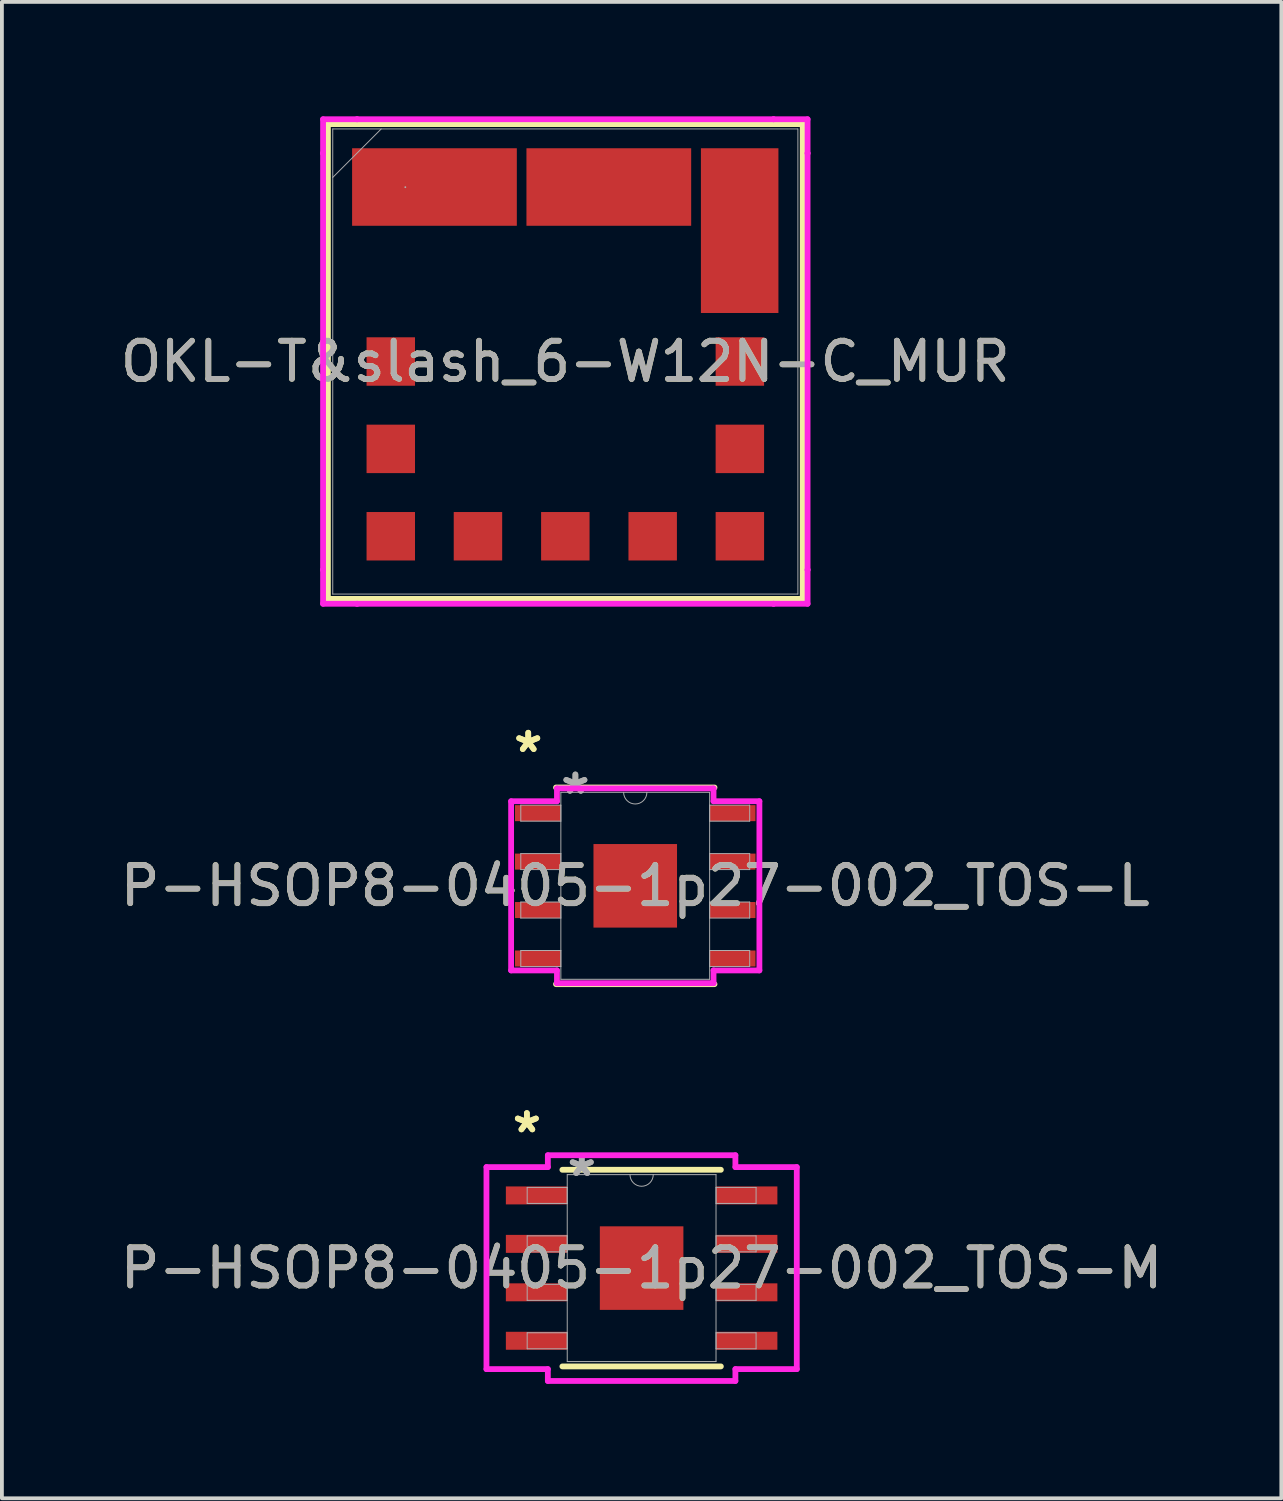
<source format=kicad_pcb>
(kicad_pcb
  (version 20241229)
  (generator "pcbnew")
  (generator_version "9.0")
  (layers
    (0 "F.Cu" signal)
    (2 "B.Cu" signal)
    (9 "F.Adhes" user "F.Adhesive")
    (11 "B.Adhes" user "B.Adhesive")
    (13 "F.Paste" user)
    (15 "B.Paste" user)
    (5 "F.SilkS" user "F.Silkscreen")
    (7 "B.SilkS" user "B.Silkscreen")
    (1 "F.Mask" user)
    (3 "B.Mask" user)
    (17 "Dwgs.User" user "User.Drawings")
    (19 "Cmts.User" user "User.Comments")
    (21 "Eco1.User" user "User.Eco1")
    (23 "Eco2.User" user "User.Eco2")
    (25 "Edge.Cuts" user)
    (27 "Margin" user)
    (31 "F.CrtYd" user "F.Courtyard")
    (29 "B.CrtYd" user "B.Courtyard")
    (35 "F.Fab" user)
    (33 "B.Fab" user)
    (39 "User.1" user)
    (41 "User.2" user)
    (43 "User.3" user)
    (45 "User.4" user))
  (footprint "P-HSOP8-0405-1p27-002_TOS-M"
    (layer "F.Cu")
    (at 13.768 30.189)
    (property "Reference" "P-HSOP8-0405-1p27-002_TOS-M" (at 0 0 0) (unlocked yes) (layer "F.SilkS") (effects (font (size 1 1) (thickness 0.15))))
    (attr smd)
    (fp_line (start -2.077 2.577) (end 2.077 2.577) (stroke (width 0.152) (type solid)) (layer "F.SilkS"))
    (fp_line (start 2.077 -2.577) (end -2.077 -2.577) (stroke (width 0.152) (type solid)) (layer "F.SilkS"))
    (fp_line (start -4.067 -2.648) (end -2.458 -2.648) (stroke (width 0.152) (type solid)) (layer "F.CrtYd"))
    (fp_line (start -4.067 2.648) (end -4.067 -2.648) (stroke (width 0.152) (type solid)) (layer "F.CrtYd"))
    (fp_line (start -4.067 2.648) (end -2.458 2.648) (stroke (width 0.152) (type solid)) (layer "F.CrtYd"))
    (fp_line (start -2.458 -2.958) (end 2.458 -2.958) (stroke (width 0.152) (type solid)) (layer "F.CrtYd"))
    (fp_line (start -2.458 -2.648) (end -2.458 -2.958) (stroke (width 0.152) (type solid)) (layer "F.CrtYd"))
    (fp_line (start -2.458 2.958) (end -2.458 2.648) (stroke (width 0.152) (type solid)) (layer "F.CrtYd"))
    (fp_line (start 2.458 -2.958) (end 2.458 -2.648) (stroke (width 0.152) (type solid)) (layer "F.CrtYd"))
    (fp_line (start 2.458 2.648) (end 2.458 2.958) (stroke (width 0.152) (type solid)) (layer "F.CrtYd"))
    (fp_line (start 2.458 2.958) (end -2.458 2.958) (stroke (width 0.152) (type solid)) (layer "F.CrtYd"))
    (fp_line (start 4.067 -2.648) (end 2.458 -2.648) (stroke (width 0.152) (type solid)) (layer "F.CrtYd"))
    (fp_line (start 4.067 -2.648) (end 4.067 2.648) (stroke (width 0.152) (type solid)) (layer "F.CrtYd"))
    (fp_line (start 4.067 2.648) (end 2.458 2.648) (stroke (width 0.152) (type solid)) (layer "F.CrtYd"))
    (fp_line (start -3 -2.115) (end -3 -1.695) (stroke (width 0.025) (type solid)) (layer "F.Fab"))
    (fp_line (start -3 -1.695) (end -1.95 -1.695) (stroke (width 0.025) (type solid)) (layer "F.Fab"))
    (fp_line (start -3 -0.845) (end -3 -0.425) (stroke (width 0.025) (type solid)) (layer "F.Fab"))
    (fp_line (start -3 -0.425) (end -1.95 -0.425) (stroke (width 0.025) (type solid)) (layer "F.Fab"))
    (fp_line (start -3 0.425) (end -3 0.845) (stroke (width 0.025) (type solid)) (layer "F.Fab"))
    (fp_line (start -3 0.845) (end -1.95 0.845) (stroke (width 0.025) (type solid)) (layer "F.Fab"))
    (fp_line (start -3 1.695) (end -3 2.115) (stroke (width 0.025) (type solid)) (layer "F.Fab"))
    (fp_line (start -3 2.115) (end -1.95 2.115) (stroke (width 0.025) (type solid)) (layer "F.Fab"))
    (fp_line (start -1.95 -2.45) (end -1.95 2.45) (stroke (width 0.025) (type solid)) (layer "F.Fab"))
    (fp_line (start -1.95 -2.115) (end -3 -2.115) (stroke (width 0.025) (type solid)) (layer "F.Fab"))
    (fp_line (start -1.95 -1.695) (end -1.95 -2.115) (stroke (width 0.025) (type solid)) (layer "F.Fab"))
    (fp_line (start -1.95 -0.845) (end -3 -0.845) (stroke (width 0.025) (type solid)) (layer "F.Fab"))
    (fp_line (start -1.95 -0.425) (end -1.95 -0.845) (stroke (width 0.025) (type solid)) (layer "F.Fab"))
    (fp_line (start -1.95 0.425) (end -3 0.425) (stroke (width 0.025) (type solid)) (layer "F.Fab"))
    (fp_line (start -1.95 0.845) (end -1.95 0.425) (stroke (width 0.025) (type solid)) (layer "F.Fab"))
    (fp_line (start -1.95 1.695) (end -3 1.695) (stroke (width 0.025) (type solid)) (layer "F.Fab"))
    (fp_line (start -1.95 2.115) (end -1.95 1.695) (stroke (width 0.025) (type solid)) (layer "F.Fab"))
    (fp_line (start -1.95 2.45) (end 1.95 2.45) (stroke (width 0.025) (type solid)) (layer "F.Fab"))
    (fp_line (start 1.95 -2.45) (end -1.95 -2.45) (stroke (width 0.025) (type solid)) (layer "F.Fab"))
    (fp_line (start 1.95 -2.115) (end 1.95 -1.695) (stroke (width 0.025) (type solid)) (layer "F.Fab"))
    (fp_line (start 1.95 -1.695) (end 3 -1.695) (stroke (width 0.025) (type solid)) (layer "F.Fab"))
    (fp_line (start 1.95 -0.845) (end 1.95 -0.425) (stroke (width 0.025) (type solid)) (layer "F.Fab"))
    (fp_line (start 1.95 -0.425) (end 3 -0.425) (stroke (width 0.025) (type solid)) (layer "F.Fab"))
    (fp_line (start 1.95 0.425) (end 1.95 0.845) (stroke (width 0.025) (type solid)) (layer "F.Fab"))
    (fp_line (start 1.95 0.845) (end 3 0.845) (stroke (width 0.025) (type solid)) (layer "F.Fab"))
    (fp_line (start 1.95 1.695) (end 1.95 2.115) (stroke (width 0.025) (type solid)) (layer "F.Fab"))
    (fp_line (start 1.95 2.115) (end 3 2.115) (stroke (width 0.025) (type solid)) (layer "F.Fab"))
    (fp_line (start 1.95 2.45) (end 1.95 -2.45) (stroke (width 0.025) (type solid)) (layer "F.Fab"))
    (fp_line (start 3 -2.115) (end 1.95 -2.115) (stroke (width 0.025) (type solid)) (layer "F.Fab"))
    (fp_line (start 3 -1.695) (end 3 -2.115) (stroke (width 0.025) (type solid)) (layer "F.Fab"))
    (fp_line (start 3 -0.845) (end 1.95 -0.845) (stroke (width 0.025) (type solid)) (layer "F.Fab"))
    (fp_line (start 3 -0.425) (end 3 -0.845) (stroke (width 0.025) (type solid)) (layer "F.Fab"))
    (fp_line (start 3 0.425) (end 1.95 0.425) (stroke (width 0.025) (type solid)) (layer "F.Fab"))
    (fp_line (start 3 0.845) (end 3 0.425) (stroke (width 0.025) (type solid)) (layer "F.Fab"))
    (fp_line (start 3 1.695) (end 1.95 1.695) (stroke (width 0.025) (type solid)) (layer "F.Fab"))
    (fp_line (start 3 2.115) (end 3 1.695) (stroke (width 0.025) (type solid)) (layer "F.Fab"))
    (fp_arc (start 0.3048 -2.45) (mid 0 -2.1452) (end -0.3048 -2.45) (stroke (width 0.0254) (type solid)) (layer "F.Fab"))
    (fp_text user "*" (at -3.008 -3.519 0) (unlocked yes) (layer "F.SilkS") (effects (font (size 1 1) (thickness 0.15))))
    (fp_text user "*" (at -3.008 -3.519 0) (layer "F.SilkS") (effects (font (size 1 1) (thickness 0.15))))
    (fp_text user "*" (at -1.569 -2.374 0) (unlocked yes) (layer "F.Fab") (effects (font (size 1 1) (thickness 0.15))))
    (fp_text user "${REFERENCE}" (at 0 0 0) (unlocked yes) (layer "F.Fab") (effects (font (size 1 1) (thickness 0.15))))
    (fp_text user "*" (at -1.569 -2.374 0) (layer "F.Fab") (effects (font (size 1 1) (thickness 0.15))))
    (pad "1" smd rect (at -2.754 -1.905) (size 1.609 0.471) (layers "F.Cu" "F.Mask" "F.Paste"))
    (pad "2" smd rect (at -2.754 -0.635) (size 1.609 0.471) (layers "F.Cu" "F.Mask" "F.Paste"))
    (pad "3" smd rect (at -2.754 0.635) (size 1.609 0.471) (layers "F.Cu" "F.Mask" "F.Paste"))
    (pad "4" smd rect (at -2.754 1.905) (size 1.609 0.471) (layers "F.Cu" "F.Mask" "F.Paste"))
    (pad "5" smd rect (at 2.754 1.905) (size 1.609 0.471) (layers "F.Cu" "F.Mask" "F.Paste"))
    (pad "6" smd rect (at 2.754 0.635) (size 1.609 0.471) (layers "F.Cu" "F.Mask" "F.Paste"))
    (pad "7" smd rect (at 2.754 -0.635) (size 1.609 0.471) (layers "F.Cu" "F.Mask" "F.Paste"))
    (pad "8" smd rect (at 2.754 -1.905) (size 1.609 0.471) (layers "F.Cu" "F.Mask" "F.Paste"))
    (pad "9" smd rect (at 0 0) (size 2.19 2.19) (layers "F.Cu" "F.Mask" "F.Paste")))
  (footprint "OKL-T&slash_6-W12N-C_MUR"
    (layer "F.Cu")
    (at 11.768 6.426)
    (property "Reference" "OKL-T&slash_6-W12N-C_MUR" (at 0 0 0) (unlocked yes) (layer "F.SilkS") (effects (font (size 1 1) (thickness 0.15))))
    (attr smd)
    (fp_line (start -6.223 -6.223) (end -6.223 6.223) (stroke (width 0.152) (type solid)) (layer "F.SilkS"))
    (fp_line (start -6.223 6.223) (end 6.223 6.223) (stroke (width 0.152) (type solid)) (layer "F.SilkS"))
    (fp_line (start 6.223 -6.223) (end -6.223 -6.223) (stroke (width 0.152) (type solid)) (layer "F.SilkS"))
    (fp_line (start 6.223 6.223) (end 6.223 -6.223) (stroke (width 0.152) (type solid)) (layer "F.SilkS"))
    (fp_line (start -6.35 -6.35) (end -5.459 -6.35) (stroke (width 0.152) (type solid)) (layer "F.CrtYd"))
    (fp_line (start -6.35 -5.459) (end -6.35 -6.35) (stroke (width 0.152) (type solid)) (layer "F.CrtYd"))
    (fp_line (start -6.35 -5.459) (end -6.35 -5.459) (stroke (width 0.152) (type solid)) (layer "F.CrtYd"))
    (fp_line (start -6.35 5.459) (end -6.35 -5.459) (stroke (width 0.152) (type solid)) (layer "F.CrtYd"))
    (fp_line (start -6.35 5.459) (end -6.35 5.459) (stroke (width 0.152) (type solid)) (layer "F.CrtYd"))
    (fp_line (start -6.35 6.35) (end -6.35 5.459) (stroke (width 0.152) (type solid)) (layer "F.CrtYd"))
    (fp_line (start -5.459 -6.35) (end -5.459 -6.35) (stroke (width 0.152) (type solid)) (layer "F.CrtYd"))
    (fp_line (start -5.459 -6.35) (end 5.459 -6.35) (stroke (width 0.152) (type solid)) (layer "F.CrtYd"))
    (fp_line (start -5.459 6.35) (end -6.35 6.35) (stroke (width 0.152) (type solid)) (layer "F.CrtYd"))
    (fp_line (start -5.459 6.35) (end -5.459 6.35) (stroke (width 0.152) (type solid)) (layer "F.CrtYd"))
    (fp_line (start 5.459 -6.35) (end 5.459 -6.35) (stroke (width 0.152) (type solid)) (layer "F.CrtYd"))
    (fp_line (start 5.459 -6.35) (end 6.35 -6.35) (stroke (width 0.152) (type solid)) (layer "F.CrtYd"))
    (fp_line (start 5.459 6.35) (end -5.459 6.35) (stroke (width 0.152) (type solid)) (layer "F.CrtYd"))
    (fp_line (start 5.459 6.35) (end 5.459 6.35) (stroke (width 0.152) (type solid)) (layer "F.CrtYd"))
    (fp_line (start 6.35 -6.35) (end 6.35 -5.459) (stroke (width 0.152) (type solid)) (layer "F.CrtYd"))
    (fp_line (start 6.35 -5.459) (end 6.35 -5.459) (stroke (width 0.152) (type solid)) (layer "F.CrtYd"))
    (fp_line (start 6.35 -5.459) (end 6.35 5.459) (stroke (width 0.152) (type solid)) (layer "F.CrtYd"))
    (fp_line (start 6.35 5.459) (end 6.35 5.459) (stroke (width 0.152) (type solid)) (layer "F.CrtYd"))
    (fp_line (start 6.35 5.459) (end 6.35 6.35) (stroke (width 0.152) (type solid)) (layer "F.CrtYd"))
    (fp_line (start 6.35 6.35) (end 5.459 6.35) (stroke (width 0.152) (type solid)) (layer "F.CrtYd"))
    (fp_line (start -6.096 -6.096) (end -6.096 6.096) (stroke (width 0.025) (type solid)) (layer "F.Fab"))
    (fp_line (start -6.096 -4.826) (end -4.826 -6.096) (stroke (width 0.025) (type solid)) (layer "F.Fab"))
    (fp_line (start -6.096 6.096) (end 6.096 6.096) (stroke (width 0.025) (type solid)) (layer "F.Fab"))
    (fp_line (start 6.096 -6.096) (end -6.096 -6.096) (stroke (width 0.025) (type solid)) (layer "F.Fab"))
    (fp_line (start 6.096 6.096) (end 6.096 -6.096) (stroke (width 0.025) (type solid)) (layer "F.Fab"))
    (fp_circle (center -4.194 -4.57) (end -4.194 -4.57) (stroke (width 0.025) (type solid)) (fill no) (layer "F.Fab"))
    (fp_text user "${REFERENCE}" (at 0 0 0) (unlocked yes) (layer "F.Fab") (effects (font (size 1 1) (thickness 0.15))))
    (pad "1" smd rect (at -4.575 0) (size 1.27 1.27) (layers "F.Cu" "F.Mask" "F.Paste"))
    (pad "2" smd rect (at -3.43 -4.574) (size 4.318 2.032) (layers "F.Cu" "F.Mask" "F.Paste"))
    (pad "3" smd rect (at 1.14 -4.574) (size 4.318 2.032) (layers "F.Cu" "F.Mask" "F.Paste"))
    (pad "4" smd rect (at 4.57 -3.431 90) (size 4.318 2.032) (layers "F.Cu" "F.Mask" "F.Paste"))
    (pad "5" smd rect (at 4.575 0) (size 1.27 1.27) (layers "F.Cu" "F.Mask" "F.Paste"))
    (pad "6" smd rect (at 4.575 4.58) (size 1.27 1.27) (layers "F.Cu" "F.Mask" "F.Paste"))
    (pad "7" smd rect (at 0 4.58 90) (size 1.27 1.27) (layers "F.Cu" "F.Mask" "F.Paste"))
    (pad "8" smd rect (at -2.29 4.58 90) (size 1.27 1.27) (layers "F.Cu" "F.Mask" "F.Paste"))
    (pad "9" smd rect (at -4.575 4.58) (size 1.27 1.27) (layers "F.Cu" "F.Mask" "F.Paste"))
    (pad "10" smd rect (at -4.575 2.29) (size 1.27 1.27) (layers "F.Cu" "F.Mask" "F.Paste"))
    (pad "11" smd rect (at 4.575 2.29) (size 1.27 1.27) (layers "F.Cu" "F.Mask" "F.Paste"))
    (pad "12" smd rect (at 2.29 4.58 90) (size 1.27 1.27) (layers "F.Cu" "F.Mask" "F.Paste")))
  (footprint "P-HSOP8-0405-1p27-002_TOS-L"
    (layer "F.Cu")
    (at 13.601 20.169)
    (property "Reference" "P-HSOP8-0405-1p27-002_TOS-L" (at 0 0 0) (unlocked yes) (layer "F.SilkS") (effects (font (size 1 1) (thickness 0.15))))
    (attr smd)
    (fp_line (start -2.077 2.577) (end 2.077 2.577) (stroke (width 0.152) (type solid)) (layer "F.SilkS"))
    (fp_line (start 2.077 -2.577) (end -2.077 -2.577) (stroke (width 0.152) (type solid)) (layer "F.SilkS"))
    (fp_line (start -3.254 -2.217) (end -2.052 -2.217) (stroke (width 0.152) (type solid)) (layer "F.CrtYd"))
    (fp_line (start -3.254 2.217) (end -3.254 -2.217) (stroke (width 0.152) (type solid)) (layer "F.CrtYd"))
    (fp_line (start -3.254 2.217) (end -2.052 2.217) (stroke (width 0.152) (type solid)) (layer "F.CrtYd"))
    (fp_line (start -2.052 -2.552) (end 2.052 -2.552) (stroke (width 0.152) (type solid)) (layer "F.CrtYd"))
    (fp_line (start -2.052 -2.217) (end -2.052 -2.552) (stroke (width 0.152) (type solid)) (layer "F.CrtYd"))
    (fp_line (start -2.052 2.552) (end -2.052 2.217) (stroke (width 0.152) (type solid)) (layer "F.CrtYd"))
    (fp_line (start 2.052 -2.552) (end 2.052 -2.217) (stroke (width 0.152) (type solid)) (layer "F.CrtYd"))
    (fp_line (start 2.052 2.217) (end 2.052 2.552) (stroke (width 0.152) (type solid)) (layer "F.CrtYd"))
    (fp_line (start 2.052 2.552) (end -2.052 2.552) (stroke (width 0.152) (type solid)) (layer "F.CrtYd"))
    (fp_line (start 3.254 -2.217) (end 2.052 -2.217) (stroke (width 0.152) (type solid)) (layer "F.CrtYd"))
    (fp_line (start 3.254 -2.217) (end 3.254 2.217) (stroke (width 0.152) (type solid)) (layer "F.CrtYd"))
    (fp_line (start 3.254 2.217) (end 2.052 2.217) (stroke (width 0.152) (type solid)) (layer "F.CrtYd"))
    (fp_line (start -3 -2.115) (end -3 -1.695) (stroke (width 0.025) (type solid)) (layer "F.Fab"))
    (fp_line (start -3 -1.695) (end -1.95 -1.695) (stroke (width 0.025) (type solid)) (layer "F.Fab"))
    (fp_line (start -3 -0.845) (end -3 -0.425) (stroke (width 0.025) (type solid)) (layer "F.Fab"))
    (fp_line (start -3 -0.425) (end -1.95 -0.425) (stroke (width 0.025) (type solid)) (layer "F.Fab"))
    (fp_line (start -3 0.425) (end -3 0.845) (stroke (width 0.025) (type solid)) (layer "F.Fab"))
    (fp_line (start -3 0.845) (end -1.95 0.845) (stroke (width 0.025) (type solid)) (layer "F.Fab"))
    (fp_line (start -3 1.695) (end -3 2.115) (stroke (width 0.025) (type solid)) (layer "F.Fab"))
    (fp_line (start -3 2.115) (end -1.95 2.115) (stroke (width 0.025) (type solid)) (layer "F.Fab"))
    (fp_line (start -1.95 -2.45) (end -1.95 2.45) (stroke (width 0.025) (type solid)) (layer "F.Fab"))
    (fp_line (start -1.95 -2.115) (end -3 -2.115) (stroke (width 0.025) (type solid)) (layer "F.Fab"))
    (fp_line (start -1.95 -1.695) (end -1.95 -2.115) (stroke (width 0.025) (type solid)) (layer "F.Fab"))
    (fp_line (start -1.95 -0.845) (end -3 -0.845) (stroke (width 0.025) (type solid)) (layer "F.Fab"))
    (fp_line (start -1.95 -0.425) (end -1.95 -0.845) (stroke (width 0.025) (type solid)) (layer "F.Fab"))
    (fp_line (start -1.95 0.425) (end -3 0.425) (stroke (width 0.025) (type solid)) (layer "F.Fab"))
    (fp_line (start -1.95 0.845) (end -1.95 0.425) (stroke (width 0.025) (type solid)) (layer "F.Fab"))
    (fp_line (start -1.95 1.695) (end -3 1.695) (stroke (width 0.025) (type solid)) (layer "F.Fab"))
    (fp_line (start -1.95 2.115) (end -1.95 1.695) (stroke (width 0.025) (type solid)) (layer "F.Fab"))
    (fp_line (start -1.95 2.45) (end 1.95 2.45) (stroke (width 0.025) (type solid)) (layer "F.Fab"))
    (fp_line (start 1.95 -2.45) (end -1.95 -2.45) (stroke (width 0.025) (type solid)) (layer "F.Fab"))
    (fp_line (start 1.95 -2.115) (end 1.95 -1.695) (stroke (width 0.025) (type solid)) (layer "F.Fab"))
    (fp_line (start 1.95 -1.695) (end 3 -1.695) (stroke (width 0.025) (type solid)) (layer "F.Fab"))
    (fp_line (start 1.95 -0.845) (end 1.95 -0.425) (stroke (width 0.025) (type solid)) (layer "F.Fab"))
    (fp_line (start 1.95 -0.425) (end 3 -0.425) (stroke (width 0.025) (type solid)) (layer "F.Fab"))
    (fp_line (start 1.95 0.425) (end 1.95 0.845) (stroke (width 0.025) (type solid)) (layer "F.Fab"))
    (fp_line (start 1.95 0.845) (end 3 0.845) (stroke (width 0.025) (type solid)) (layer "F.Fab"))
    (fp_line (start 1.95 1.695) (end 1.95 2.115) (stroke (width 0.025) (type solid)) (layer "F.Fab"))
    (fp_line (start 1.95 2.115) (end 3 2.115) (stroke (width 0.025) (type solid)) (layer "F.Fab"))
    (fp_line (start 1.95 2.45) (end 1.95 -2.45) (stroke (width 0.025) (type solid)) (layer "F.Fab"))
    (fp_line (start 3 -2.115) (end 1.95 -2.115) (stroke (width 0.025) (type solid)) (layer "F.Fab"))
    (fp_line (start 3 -1.695) (end 3 -2.115) (stroke (width 0.025) (type solid)) (layer "F.Fab"))
    (fp_line (start 3 -0.845) (end 1.95 -0.845) (stroke (width 0.025) (type solid)) (layer "F.Fab"))
    (fp_line (start 3 -0.425) (end 3 -0.845) (stroke (width 0.025) (type solid)) (layer "F.Fab"))
    (fp_line (start 3 0.425) (end 1.95 0.425) (stroke (width 0.025) (type solid)) (layer "F.Fab"))
    (fp_line (start 3 0.845) (end 3 0.425) (stroke (width 0.025) (type solid)) (layer "F.Fab"))
    (fp_line (start 3 1.695) (end 1.95 1.695) (stroke (width 0.025) (type solid)) (layer "F.Fab"))
    (fp_line (start 3 2.115) (end 3 1.695) (stroke (width 0.025) (type solid)) (layer "F.Fab"))
    (fp_arc (start 0.3048 -2.45) (mid 0 -2.1452) (end -0.3048 -2.45) (stroke (width 0.0254) (type solid)) (layer "F.Fab"))
    (fp_text user "*" (at -2.805 -3.468 0) (unlocked yes) (layer "F.SilkS") (effects (font (size 1 1) (thickness 0.15))))
    (fp_text user "*" (at -2.805 -3.468 0) (layer "F.SilkS") (effects (font (size 1 1) (thickness 0.15))))
    (fp_text user "${REFERENCE}" (at 0 0 0) (unlocked yes) (layer "F.Fab") (effects (font (size 1 1) (thickness 0.15))))
    (fp_text user "*" (at -1.569 -2.374 0) (layer "F.Fab") (effects (font (size 1 1) (thickness 0.15))))
    (fp_text user "*" (at -1.569 -2.374 0) (unlocked yes) (layer "F.Fab") (effects (font (size 1 1) (thickness 0.15))))
    (pad "1" smd rect (at -2.551 -1.905) (size 1.202 0.42) (layers "F.Cu" "F.Mask" "F.Paste"))
    (pad "2" smd rect (at -2.551 -0.635) (size 1.202 0.42) (layers "F.Cu" "F.Mask" "F.Paste"))
    (pad "3" smd rect (at -2.551 0.635) (size 1.202 0.42) (layers "F.Cu" "F.Mask" "F.Paste"))
    (pad "4" smd rect (at -2.551 1.905) (size 1.202 0.42) (layers "F.Cu" "F.Mask" "F.Paste"))
    (pad "5" smd rect (at 2.551 1.905) (size 1.202 0.42) (layers "F.Cu" "F.Mask" "F.Paste"))
    (pad "6" smd rect (at 2.551 0.635) (size 1.202 0.42) (layers "F.Cu" "F.Mask" "F.Paste"))
    (pad "7" smd rect (at 2.551 -0.635) (size 1.202 0.42) (layers "F.Cu" "F.Mask" "F.Paste"))
    (pad "8" smd rect (at 2.551 -1.905) (size 1.202 0.42) (layers "F.Cu" "F.Mask" "F.Paste"))
    (pad "9" smd rect (at 0 0) (size 2.19 2.19) (layers "F.Cu" "F.Mask" "F.Paste")))
  (gr_rect
    (start -3 -3)
    (end 30.536 36.223)
    (stroke (width 0.1) (type default))
    (fill no)
    (layer "Edge.Cuts")))
</source>
